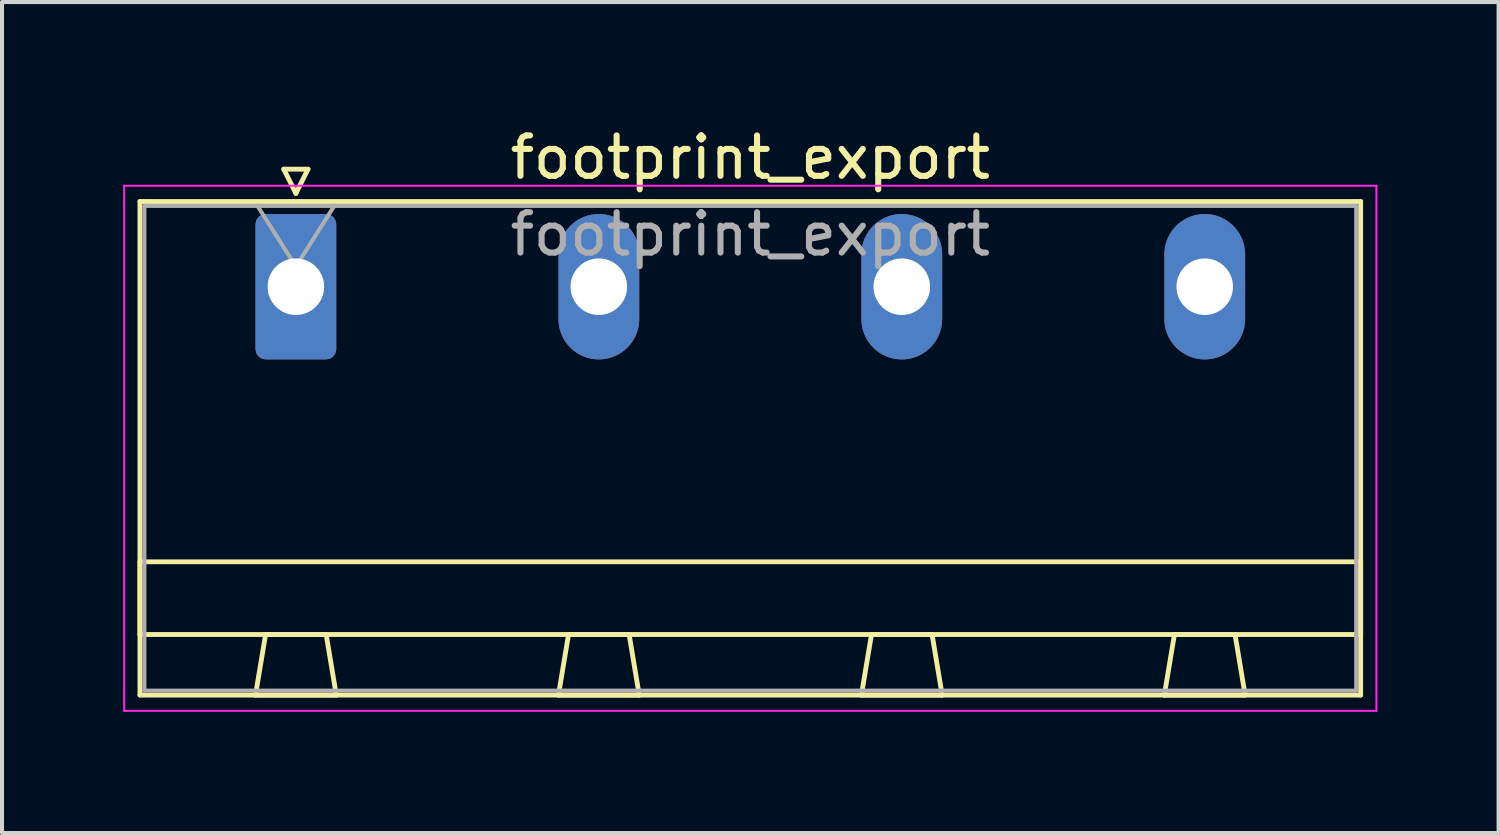
<source format=kicad_pcb>
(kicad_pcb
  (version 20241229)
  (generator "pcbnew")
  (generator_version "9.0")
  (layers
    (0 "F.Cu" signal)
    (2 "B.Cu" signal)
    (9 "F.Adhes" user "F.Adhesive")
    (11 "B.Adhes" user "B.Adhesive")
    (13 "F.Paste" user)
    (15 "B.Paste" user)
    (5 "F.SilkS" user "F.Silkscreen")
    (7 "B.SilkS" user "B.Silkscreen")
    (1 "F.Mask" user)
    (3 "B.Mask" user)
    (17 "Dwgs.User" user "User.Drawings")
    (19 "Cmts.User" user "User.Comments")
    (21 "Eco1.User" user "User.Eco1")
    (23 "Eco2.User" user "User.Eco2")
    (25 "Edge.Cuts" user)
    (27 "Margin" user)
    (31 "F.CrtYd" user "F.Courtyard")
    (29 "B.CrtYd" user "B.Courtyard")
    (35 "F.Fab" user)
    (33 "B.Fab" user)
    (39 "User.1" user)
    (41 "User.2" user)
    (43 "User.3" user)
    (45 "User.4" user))
  (footprint "footprint_export"
    (layer "F.Cu")
    (at 4.275 4.048)
    (property "Reference" "footprint_export" (at 11.25 -3.2 0) (layer "F.SilkS") (effects (font (size 1 1) (thickness 0.15))))
    (attr through_hole)
    (fp_line (start -3.86 -2.11) (end -3.86 10.11) (stroke (width 0.12) (type solid)) (layer "F.SilkS"))
    (fp_line (start -3.86 6.81) (end 26.36 6.81) (stroke (width 0.12) (type solid)) (layer "F.SilkS"))
    (fp_line (start -3.86 8.61) (end -3.86 6.81) (stroke (width 0.12) (type solid)) (layer "F.SilkS"))
    (fp_line (start -3.86 10.11) (end 26.36 10.11) (stroke (width 0.12) (type solid)) (layer "F.SilkS"))
    (fp_line (start -1 10.11) (end 1 10.11) (stroke (width 0.12) (type solid)) (layer "F.SilkS"))
    (fp_line (start -0.75 8.61) (end -1 10.11) (stroke (width 0.12) (type solid)) (layer "F.SilkS"))
    (fp_line (start -0.3 -2.91) (end 0.3 -2.91) (stroke (width 0.12) (type solid)) (layer "F.SilkS"))
    (fp_line (start 0 -2.31) (end -0.3 -2.91) (stroke (width 0.12) (type solid)) (layer "F.SilkS"))
    (fp_line (start 0.3 -2.91) (end 0 -2.31) (stroke (width 0.12) (type solid)) (layer "F.SilkS"))
    (fp_line (start 0.75 8.61) (end -0.75 8.61) (stroke (width 0.12) (type solid)) (layer "F.SilkS"))
    (fp_line (start 1 10.11) (end 0.75 8.61) (stroke (width 0.12) (type solid)) (layer "F.SilkS"))
    (fp_line (start 6.5 10.11) (end 8.5 10.11) (stroke (width 0.12) (type solid)) (layer "F.SilkS"))
    (fp_line (start 6.75 8.61) (end 6.5 10.11) (stroke (width 0.12) (type solid)) (layer "F.SilkS"))
    (fp_line (start 8.25 8.61) (end 6.75 8.61) (stroke (width 0.12) (type solid)) (layer "F.SilkS"))
    (fp_line (start 8.5 10.11) (end 8.25 8.61) (stroke (width 0.12) (type solid)) (layer "F.SilkS"))
    (fp_line (start 14 10.11) (end 16 10.11) (stroke (width 0.12) (type solid)) (layer "F.SilkS"))
    (fp_line (start 14.25 8.61) (end 14 10.11) (stroke (width 0.12) (type solid)) (layer "F.SilkS"))
    (fp_line (start 15.75 8.61) (end 14.25 8.61) (stroke (width 0.12) (type solid)) (layer "F.SilkS"))
    (fp_line (start 16 10.11) (end 15.75 8.61) (stroke (width 0.12) (type solid)) (layer "F.SilkS"))
    (fp_line (start 21.5 10.11) (end 23.5 10.11) (stroke (width 0.12) (type solid)) (layer "F.SilkS"))
    (fp_line (start 21.75 8.61) (end 21.5 10.11) (stroke (width 0.12) (type solid)) (layer "F.SilkS"))
    (fp_line (start 23.25 8.61) (end 21.75 8.61) (stroke (width 0.12) (type solid)) (layer "F.SilkS"))
    (fp_line (start 23.5 10.11) (end 23.25 8.61) (stroke (width 0.12) (type solid)) (layer "F.SilkS"))
    (fp_line (start 26.36 -2.11) (end -3.86 -2.11) (stroke (width 0.12) (type solid)) (layer "F.SilkS"))
    (fp_line (start 26.36 6.81) (end 26.36 8.61) (stroke (width 0.12) (type solid)) (layer "F.SilkS"))
    (fp_line (start 26.36 8.61) (end -3.86 8.61) (stroke (width 0.12) (type solid)) (layer "F.SilkS"))
    (fp_line (start 26.36 10.11) (end 26.36 -2.11) (stroke (width 0.12) (type solid)) (layer "F.SilkS"))
    (fp_line (start -4.25 -2.5) (end -4.25 10.5) (stroke (width 0.05) (type solid)) (layer "F.CrtYd"))
    (fp_line (start -4.25 10.5) (end 26.75 10.5) (stroke (width 0.05) (type solid)) (layer "F.CrtYd"))
    (fp_line (start 26.75 -2.5) (end -4.25 -2.5) (stroke (width 0.05) (type solid)) (layer "F.CrtYd"))
    (fp_line (start 26.75 10.5) (end 26.75 -2.5) (stroke (width 0.05) (type solid)) (layer "F.CrtYd"))
    (fp_line (start -3.75 -2) (end -3.75 10) (stroke (width 0.1) (type solid)) (layer "F.Fab"))
    (fp_line (start -3.75 10) (end 26.25 10) (stroke (width 0.1) (type solid)) (layer "F.Fab"))
    (fp_line (start 0 -0.5) (end -0.95 -2) (stroke (width 0.1) (type solid)) (layer "F.Fab"))
    (fp_line (start 0.95 -2) (end 0 -0.5) (stroke (width 0.1) (type solid)) (layer "F.Fab"))
    (fp_line (start 26.25 -2) (end -3.75 -2) (stroke (width 0.1) (type solid)) (layer "F.Fab"))
    (fp_line (start 26.25 10) (end 26.25 -2) (stroke (width 0.1) (type solid)) (layer "F.Fab"))
    (fp_text user "${REFERENCE}" (at 11.25 -1.3 0) (layer "F.Fab") (effects (font (size 1 1) (thickness 0.15))))
    (pad "1" thru_hole roundrect (at 0 0) (size 2 3.6) (drill 1.4) (layers "*.Cu" "*.Mask") (roundrect_rratio 0.125))
    (pad "2" thru_hole oval (at 7.5 0) (size 2 3.6) (drill 1.4) (layers "*.Cu" "*.Mask"))
    (pad "3" thru_hole oval (at 15 0) (size 2 3.6) (drill 1.4) (layers "*.Cu" "*.Mask"))
    (pad "4" thru_hole oval (at 22.5 0) (size 2 3.6) (drill 1.4) (layers "*.Cu" "*.Mask")))
  (gr_rect
    (start -3 -3)
    (end 34.05 17.573)
    (stroke (width 0.1) (type default))
    (fill no)
    (layer "Edge.Cuts")))
</source>
